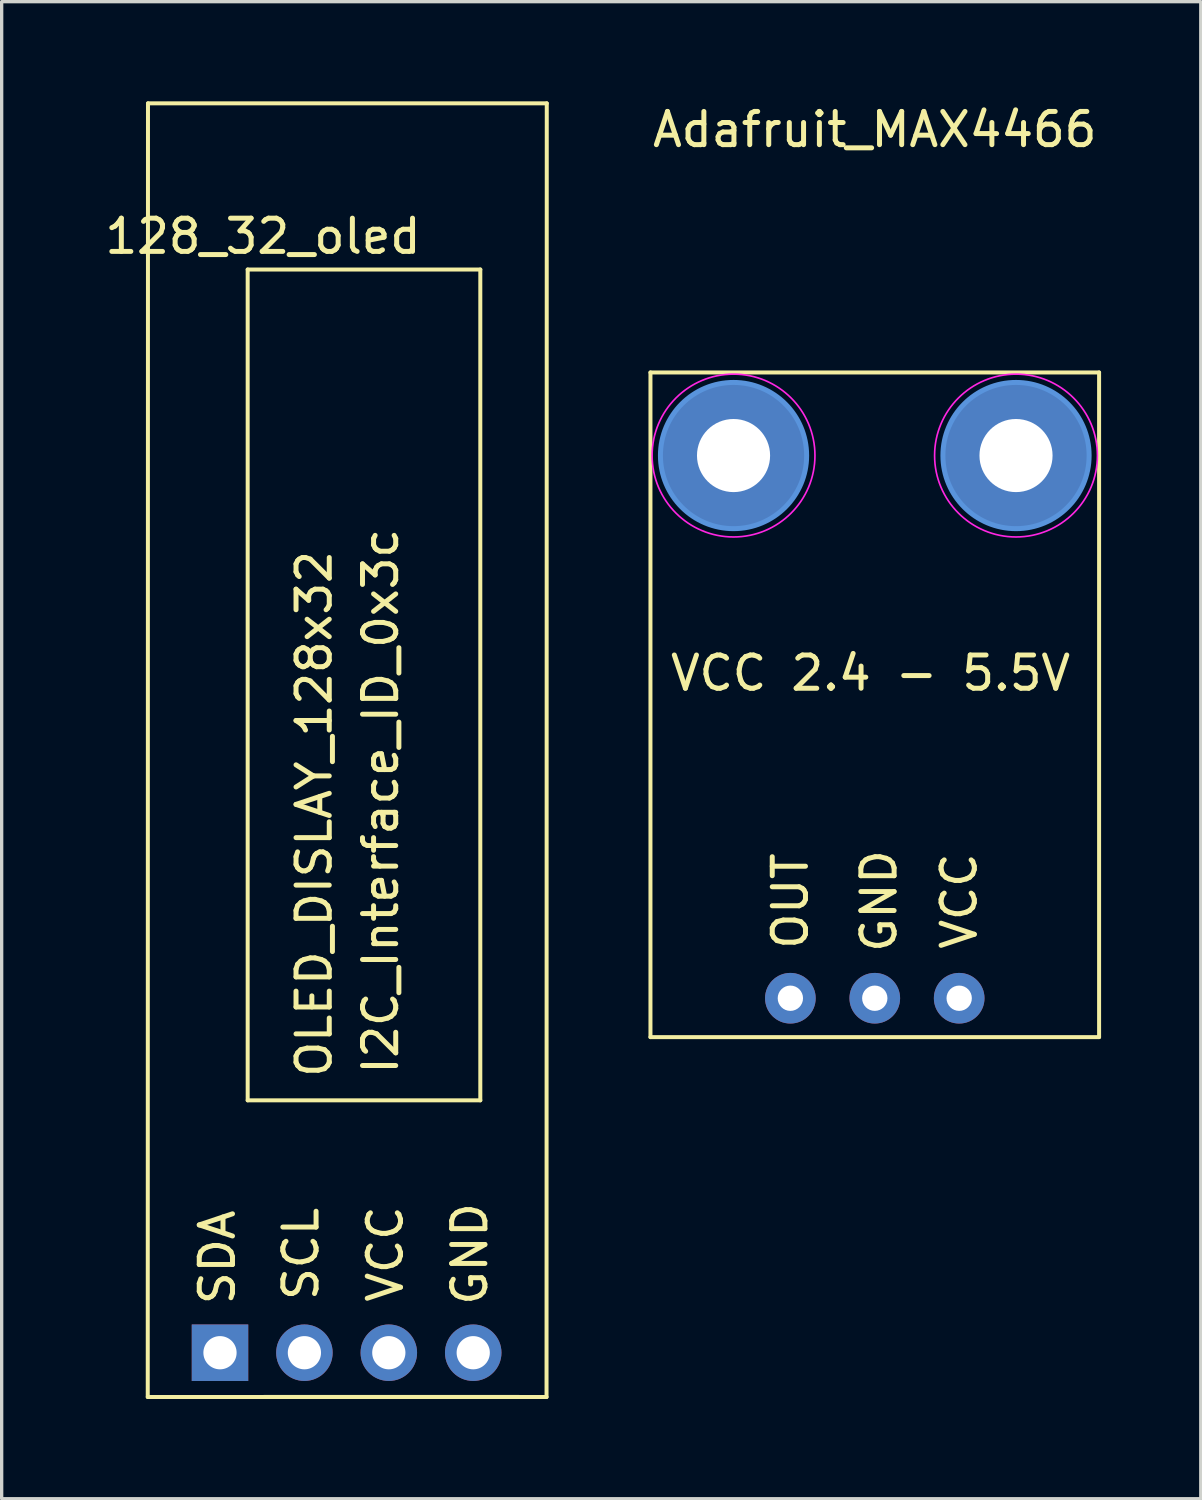
<source format=kicad_pcb>
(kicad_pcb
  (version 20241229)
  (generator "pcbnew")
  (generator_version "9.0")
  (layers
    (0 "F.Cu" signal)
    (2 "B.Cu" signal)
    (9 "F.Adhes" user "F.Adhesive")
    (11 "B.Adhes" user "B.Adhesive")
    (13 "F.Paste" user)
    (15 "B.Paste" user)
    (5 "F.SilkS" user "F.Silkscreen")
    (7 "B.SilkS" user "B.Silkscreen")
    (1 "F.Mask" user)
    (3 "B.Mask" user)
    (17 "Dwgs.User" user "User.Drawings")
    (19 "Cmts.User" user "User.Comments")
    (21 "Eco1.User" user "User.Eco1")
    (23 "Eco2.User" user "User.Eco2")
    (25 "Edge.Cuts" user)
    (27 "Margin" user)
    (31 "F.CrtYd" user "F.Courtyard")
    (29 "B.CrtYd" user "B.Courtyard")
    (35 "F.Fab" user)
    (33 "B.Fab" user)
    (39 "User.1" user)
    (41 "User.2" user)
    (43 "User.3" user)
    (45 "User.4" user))
  (footprint "Adafruit_MAX4466"
    (layer "F.Cu")
    (at 23.273 22.158)
    (property "Reference" "Adafruit_MAX4466" (at 0 -21.31 0) (layer "F.SilkS") (effects (font (size 1 1) (thickness 0.15))))
    (attr through_hole)
    (fp_line (start -6.75 -14) (end -6.75 6) (stroke (width 0.12) (type solid)) (layer "F.SilkS"))
    (fp_line (start -6.75 6) (end 6.75 6) (stroke (width 0.12) (type solid)) (layer "F.SilkS"))
    (fp_line (start 6.75 -14) (end -6.75 -14) (stroke (width 0.12) (type solid)) (layer "F.SilkS"))
    (fp_line (start 6.75 6) (end 6.75 -14) (stroke (width 0.12) (type solid)) (layer "F.SilkS"))
    (fp_circle (center -4.25 -11.5) (end -2.05 -11.5) (stroke (width 0.15) (type solid)) (fill no) (layer "Cmts.User"))
    (fp_circle (center 4.25 -11.5) (end 6.45 -11.5) (stroke (width 0.15) (type solid)) (fill no) (layer "Cmts.User"))
    (fp_circle (center -4.25 -11.5) (end -1.8 -11.5) (stroke (width 0.05) (type solid)) (fill no) (layer "F.CrtYd"))
    (fp_circle (center 4.25 -11.5) (end 6.7 -11.5) (stroke (width 0.05) (type solid)) (fill no) (layer "F.CrtYd"))
    (fp_text user "OUT" (at -2.54 1.905 90) (layer "F.SilkS") (effects (font (size 1 1) (thickness 0.15))))
    (fp_text user "VCC 2.4 - 5.5V" (at -0.127 -4.953 0) (layer "F.SilkS") (effects (font (size 1 1) (thickness 0.15))))
    (fp_text user "GND" (at 0.127 1.905 90) (layer "F.SilkS") (effects (font (size 1 1) (thickness 0.15))))
    (fp_text user "VCC" (at 2.54 1.905 90) (layer "F.SilkS") (effects (font (size 1 1) (thickness 0.15))))
    (pad "" thru_hole circle (at -4.25 -11.5) (size 4.4 4.4) (drill 2.2) (layers "*.Cu" "*.Mask"))
    (pad "" thru_hole circle (at 4.25 -11.5) (size 4.4 4.4) (drill 2.2) (layers "*.Cu" "*.Mask"))
    (pad "1" thru_hole circle (at -2.54 4.83) (size 1.524 1.524) (drill 0.762) (layers "*.Cu" "*.Mask"))
    (pad "2" thru_hole circle (at 0 4.83) (size 1.524 1.524) (drill 0.762) (layers "*.Cu" "*.Mask"))
    (pad "3" thru_hole circle (at 2.54 4.83) (size 1.524 1.524) (drill 0.762) (layers "*.Cu" "*.Mask")))
  (footprint "128_32_oled"
    (layer "F.Cu")
    (at 7.403 3.06)
    (property "Reference" "128_32_oled" (at -2.54 1 0) (layer "F.SilkS") (effects (font (size 1 1) (thickness 0.15))))
    (attr through_hole)
    (fp_line (start -6.007 35.928) (end -6 -3) (stroke (width 0.12) (type solid)) (layer "F.SilkS"))
    (fp_line (start -6 -3) (end 6 -3) (stroke (width 0.12) (type solid)) (layer "F.SilkS"))
    (fp_line (start -3 2) (end -3 27) (stroke (width 0.12) (type solid)) (layer "F.SilkS"))
    (fp_line (start -3 27) (end 4 27) (stroke (width 0.12) (type solid)) (layer "F.SilkS"))
    (fp_line (start -2.513 35.925) (end 5.167 35.925) (stroke (width 0.12) (type solid)) (layer "F.SilkS"))
    (fp_line (start 4 2) (end -3 2) (stroke (width 0.12) (type solid)) (layer "F.SilkS"))
    (fp_line (start 4 27) (end 4 2) (stroke (width 0.12) (type solid)) (layer "F.SilkS"))
    (fp_line (start 5.993 35.928) (end -6.007 35.928) (stroke (width 0.12) (type solid)) (layer "F.SilkS"))
    (fp_line (start 6 -3) (end 5.993 35.928) (stroke (width 0.12) (type solid)) (layer "F.SilkS"))
    (fp_text user "GND" (at 3.683 31.623 90) (layer "F.SilkS") (effects (font (size 1 1) (thickness 0.15))))
    (fp_text user "SDA" (at -3.912 31.725 90) (layer "F.SilkS") (effects (font (size 1 1) (thickness 0.15))))
    (fp_text user "SCL" (at -1.397 31.623 90) (layer "F.SilkS") (effects (font (size 1 1) (thickness 0.15))))
    (fp_text user "I2C_Interface_ID_0x3c" (at 1 18 90) (layer "F.SilkS") (effects (font (size 1 1) (thickness 0.15))))
    (fp_text user "VCC" (at 1.143 31.623 90) (layer "F.SilkS") (effects (font (size 1 1) (thickness 0.15))))
    (fp_text user "OLED_DISLAY_128x32 " (at -1 18 90) (layer "F.SilkS") (effects (font (size 1 1) (thickness 0.15))))
    (pad "1" thru_hole rect (at -3.833 34.595 90) (size 1.7 1.7) (drill 1) (layers "*.Cu" "*.Mask"))
    (pad "2" thru_hole oval (at -1.293 34.595 90) (size 1.7 1.7) (drill 1) (layers "*.Cu" "*.Mask"))
    (pad "3" thru_hole oval (at 1.247 34.595 90) (size 1.7 1.7) (drill 1) (layers "*.Cu" "*.Mask"))
    (pad "4" thru_hole oval (at 3.787 34.595 90) (size 1.7 1.7) (drill 1) (layers "*.Cu" "*.Mask")))
  (gr_rect
    (start -3 -3)
    (end 33.083 42.048)
    (stroke (width 0.1) (type default))
    (fill no)
    (layer "Edge.Cuts")))
</source>
